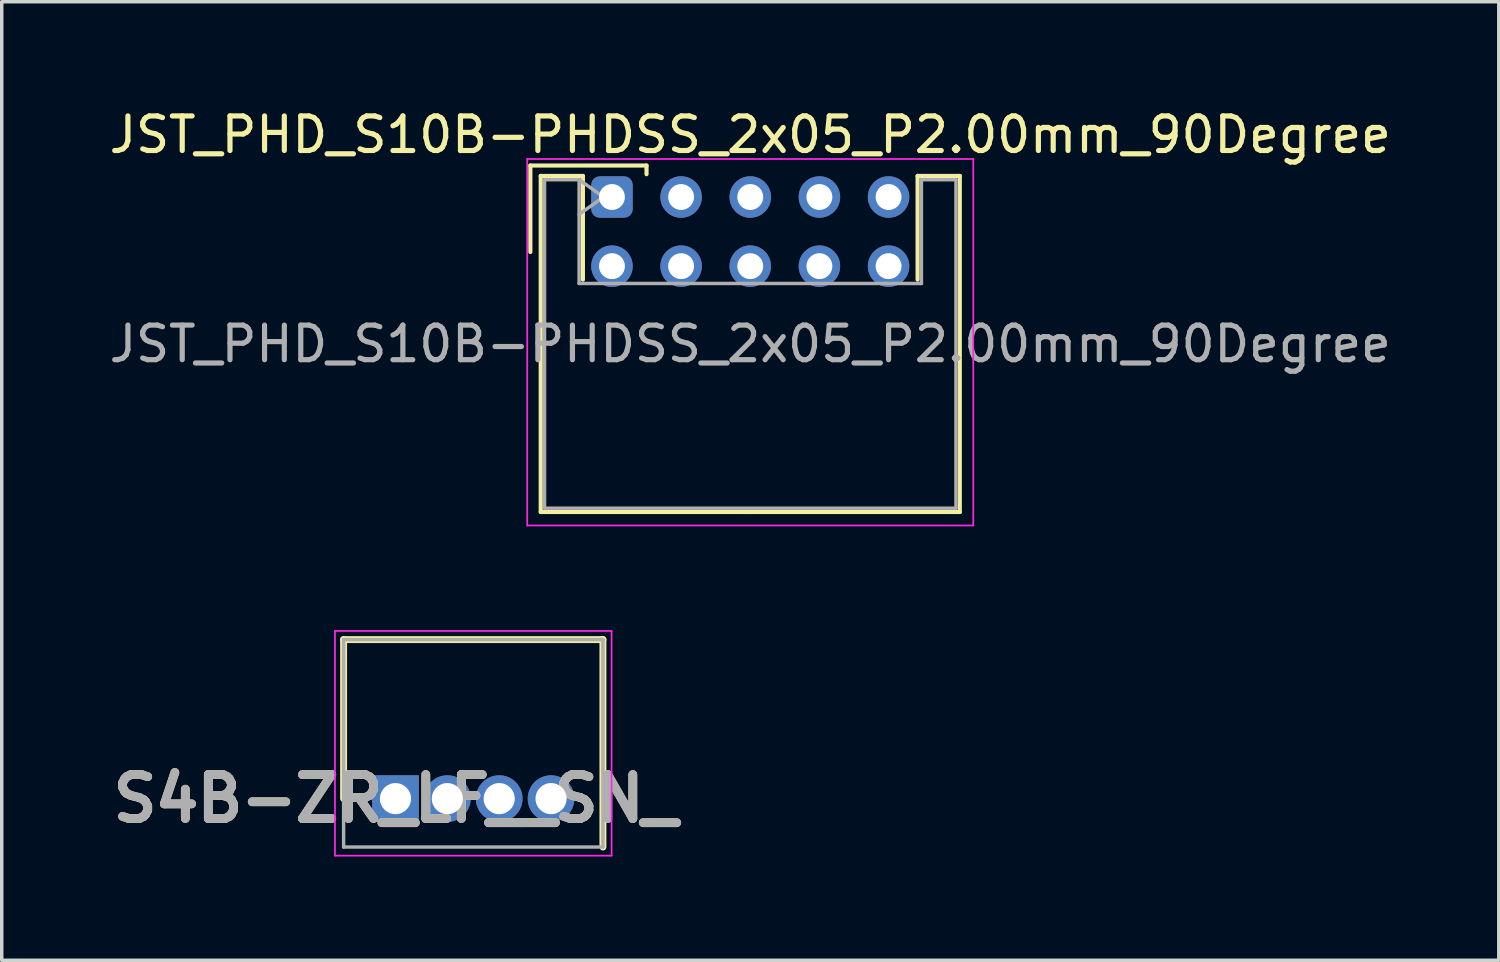
<source format=kicad_pcb>
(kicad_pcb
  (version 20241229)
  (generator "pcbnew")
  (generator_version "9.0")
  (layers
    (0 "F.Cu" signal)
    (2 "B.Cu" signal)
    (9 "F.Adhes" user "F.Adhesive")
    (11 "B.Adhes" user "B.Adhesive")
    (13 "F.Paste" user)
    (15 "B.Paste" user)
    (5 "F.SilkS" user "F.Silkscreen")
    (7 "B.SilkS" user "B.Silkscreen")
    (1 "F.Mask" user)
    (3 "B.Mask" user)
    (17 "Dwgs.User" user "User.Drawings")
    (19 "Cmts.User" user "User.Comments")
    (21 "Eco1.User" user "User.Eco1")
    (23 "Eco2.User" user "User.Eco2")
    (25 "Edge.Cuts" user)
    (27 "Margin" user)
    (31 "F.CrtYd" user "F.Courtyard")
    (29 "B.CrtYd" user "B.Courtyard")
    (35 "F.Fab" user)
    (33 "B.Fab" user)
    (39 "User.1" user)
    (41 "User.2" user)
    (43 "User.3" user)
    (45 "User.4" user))
  (footprint "S4B-ZR_LF__SN_"
    (layer "F.Cu")
    (at 8.388 20.048)
    (property "Reference" "S4B-ZR_LF__SN_" (at 0 0 0) (layer "F.SilkS") (effects (font (size 1.27 1.27) (thickness 0.254))))
    (attr through_hole)
    (fp_line (start -1.5 -4.6) (end 6 -4.6) (stroke (width 0.2) (type solid)) (layer "F.SilkS"))
    (fp_line (start -1.5 0) (end -1.5 -4.6) (stroke (width 0.2) (type solid)) (layer "F.SilkS"))
    (fp_line (start 6 -4.6) (end 6 1.4) (stroke (width 0.2) (type solid)) (layer "F.SilkS"))
    (fp_line (start -1.75 -4.85) (end -1.75 1.65) (stroke (width 0.05) (type solid)) (layer "F.CrtYd"))
    (fp_line (start -1.75 1.65) (end 6.25 1.65) (stroke (width 0.05) (type solid)) (layer "F.CrtYd"))
    (fp_line (start 6.25 -4.85) (end -1.75 -4.85) (stroke (width 0.05) (type solid)) (layer "F.CrtYd"))
    (fp_line (start 6.25 1.65) (end 6.25 -4.85) (stroke (width 0.05) (type solid)) (layer "F.CrtYd"))
    (fp_line (start -1.5 -4.6) (end 6 -4.6) (stroke (width 0.1) (type solid)) (layer "F.Fab"))
    (fp_line (start -1.5 1.4) (end -1.5 -4.6) (stroke (width 0.1) (type solid)) (layer "F.Fab"))
    (fp_line (start 6 -4.6) (end 6 1.4) (stroke (width 0.1) (type solid)) (layer "F.Fab"))
    (fp_line (start 6 1.4) (end -1.5 1.4) (stroke (width 0.1) (type solid)) (layer "F.Fab"))
    (fp_text user "${REFERENCE}" (at 0 0 0) (layer "F.Fab") (effects (font (size 1.27 1.27) (thickness 0.254))))
    (pad "1" thru_hole rect (at 0 0) (size 1.35 1.35) (drill 0.9) (layers "*.Cu" "*.Mask"))
    (pad "2" thru_hole circle (at 1.5 0) (size 1.35 1.35) (drill 0.9) (layers "*.Cu" "*.Mask"))
    (pad "3" thru_hole circle (at 3 0) (size 1.35 1.35) (drill 0.9) (layers "*.Cu" "*.Mask"))
    (pad "4" thru_hole circle (at 4.5 0) (size 1.35 1.35) (drill 0.9) (layers "*.Cu" "*.Mask")))
  (footprint "JST_PHD_S10B-PHDSS_2x05_P2.00mm_90Degree"
    (layer "F.Cu")
    (at 14.649 2.648)
    (property "Reference" "JST_PHD_S10B-PHDSS_2x05_P2.00mm_90Degree" (at 4 -1.8 0) (layer "F.SilkS") (effects (font (size 1 1) (thickness 0.15))))
    (attr through_hole)
    (fp_line (start -2.36 -0.91) (end -2.36 1.59) (stroke (width 0.12) (type solid)) (layer "F.SilkS"))
    (fp_line (start -2.06 -0.61) (end -2.06 9.11) (stroke (width 0.12) (type solid)) (layer "F.SilkS"))
    (fp_line (start -2.06 9.11) (end 4 9.11) (stroke (width 0.12) (type solid)) (layer "F.SilkS"))
    (fp_line (start -0.84 -0.61) (end -2.06 -0.61) (stroke (width 0.12) (type solid)) (layer "F.SilkS"))
    (fp_line (start -0.84 2.39) (end -0.84 -0.61) (stroke (width 0.12) (type solid)) (layer "F.SilkS"))
    (fp_line (start 1 -0.91) (end -2.36 -0.91) (stroke (width 0.12) (type solid)) (layer "F.SilkS"))
    (fp_line (start 1 -0.66) (end 1 -0.91) (stroke (width 0.12) (type solid)) (layer "F.SilkS"))
    (fp_line (start 8.84 -0.61) (end 10.06 -0.61) (stroke (width 0.12) (type solid)) (layer "F.SilkS"))
    (fp_line (start 8.84 2.39) (end 8.84 -0.61) (stroke (width 0.12) (type solid)) (layer "F.SilkS"))
    (fp_line (start 10.06 -0.61) (end 10.06 9.11) (stroke (width 0.12) (type solid)) (layer "F.SilkS"))
    (fp_line (start 10.06 9.11) (end 4 9.11) (stroke (width 0.12) (type solid)) (layer "F.SilkS"))
    (fp_line (start -2.45 -1.1) (end -2.45 9.5) (stroke (width 0.05) (type solid)) (layer "F.CrtYd"))
    (fp_line (start -2.45 9.5) (end 10.45 9.5) (stroke (width 0.05) (type solid)) (layer "F.CrtYd"))
    (fp_line (start 10.45 -1.1) (end -2.45 -1.1) (stroke (width 0.05) (type solid)) (layer "F.CrtYd"))
    (fp_line (start 10.45 9.5) (end 10.45 -1.1) (stroke (width 0.05) (type solid)) (layer "F.CrtYd"))
    (fp_line (start -1.95 -0.5) (end -0.95 -0.5) (stroke (width 0.1) (type solid)) (layer "F.Fab"))
    (fp_line (start -1.95 9) (end -1.95 -0.5) (stroke (width 0.1) (type solid)) (layer "F.Fab"))
    (fp_line (start -0.95 -0.5) (end -0.95 2.5) (stroke (width 0.1) (type solid)) (layer "F.Fab"))
    (fp_line (start -0.95 -0.5) (end -0.243 0) (stroke (width 0.1) (type solid)) (layer "F.Fab"))
    (fp_line (start -0.95 2.5) (end 8.95 2.5) (stroke (width 0.1) (type solid)) (layer "F.Fab"))
    (fp_line (start -0.243 0) (end -0.95 0.5) (stroke (width 0.1) (type solid)) (layer "F.Fab"))
    (fp_line (start 8.95 -0.5) (end 9.95 -0.5) (stroke (width 0.1) (type solid)) (layer "F.Fab"))
    (fp_line (start 8.95 2.5) (end 8.95 -0.5) (stroke (width 0.1) (type solid)) (layer "F.Fab"))
    (fp_line (start 9.95 -0.5) (end 9.95 9) (stroke (width 0.1) (type solid)) (layer "F.Fab"))
    (fp_line (start 9.95 9) (end -1.95 9) (stroke (width 0.1) (type solid)) (layer "F.Fab"))
    (fp_text user "${REFERENCE}" (at 4 4.25 0) (layer "F.Fab") (effects (font (size 1 1) (thickness 0.15))))
    (pad "1" thru_hole roundrect (at 0 0) (size 1.2 1.2) (drill 0.75) (layers "*.Cu" "*.Mask") (roundrect_rratio 0.208))
    (pad "2" thru_hole circle (at 0 2) (size 1.2 1.2) (drill 0.75) (layers "*.Cu" "*.Mask"))
    (pad "3" thru_hole circle (at 2 0) (size 1.2 1.2) (drill 0.75) (layers "*.Cu" "*.Mask"))
    (pad "4" thru_hole circle (at 2 2) (size 1.2 1.2) (drill 0.75) (layers "*.Cu" "*.Mask"))
    (pad "5" thru_hole circle (at 4 0) (size 1.2 1.2) (drill 0.75) (layers "*.Cu" "*.Mask"))
    (pad "6" thru_hole circle (at 4 2) (size 1.2 1.2) (drill 0.75) (layers "*.Cu" "*.Mask"))
    (pad "7" thru_hole circle (at 6 0) (size 1.2 1.2) (drill 0.75) (layers "*.Cu" "*.Mask"))
    (pad "8" thru_hole circle (at 6 2) (size 1.2 1.2) (drill 0.75) (layers "*.Cu" "*.Mask"))
    (pad "9" thru_hole circle (at 8 0) (size 1.2 1.2) (drill 0.75) (layers "*.Cu" "*.Mask"))
    (pad "10" thru_hole circle (at 8 2) (size 1.2 1.2) (drill 0.75) (layers "*.Cu" "*.Mask")))
  (gr_rect
    (start -3 -3)
    (end 40.298 24.723)
    (stroke (width 0.1) (type default))
    (fill no)
    (layer "Edge.Cuts")))
</source>
